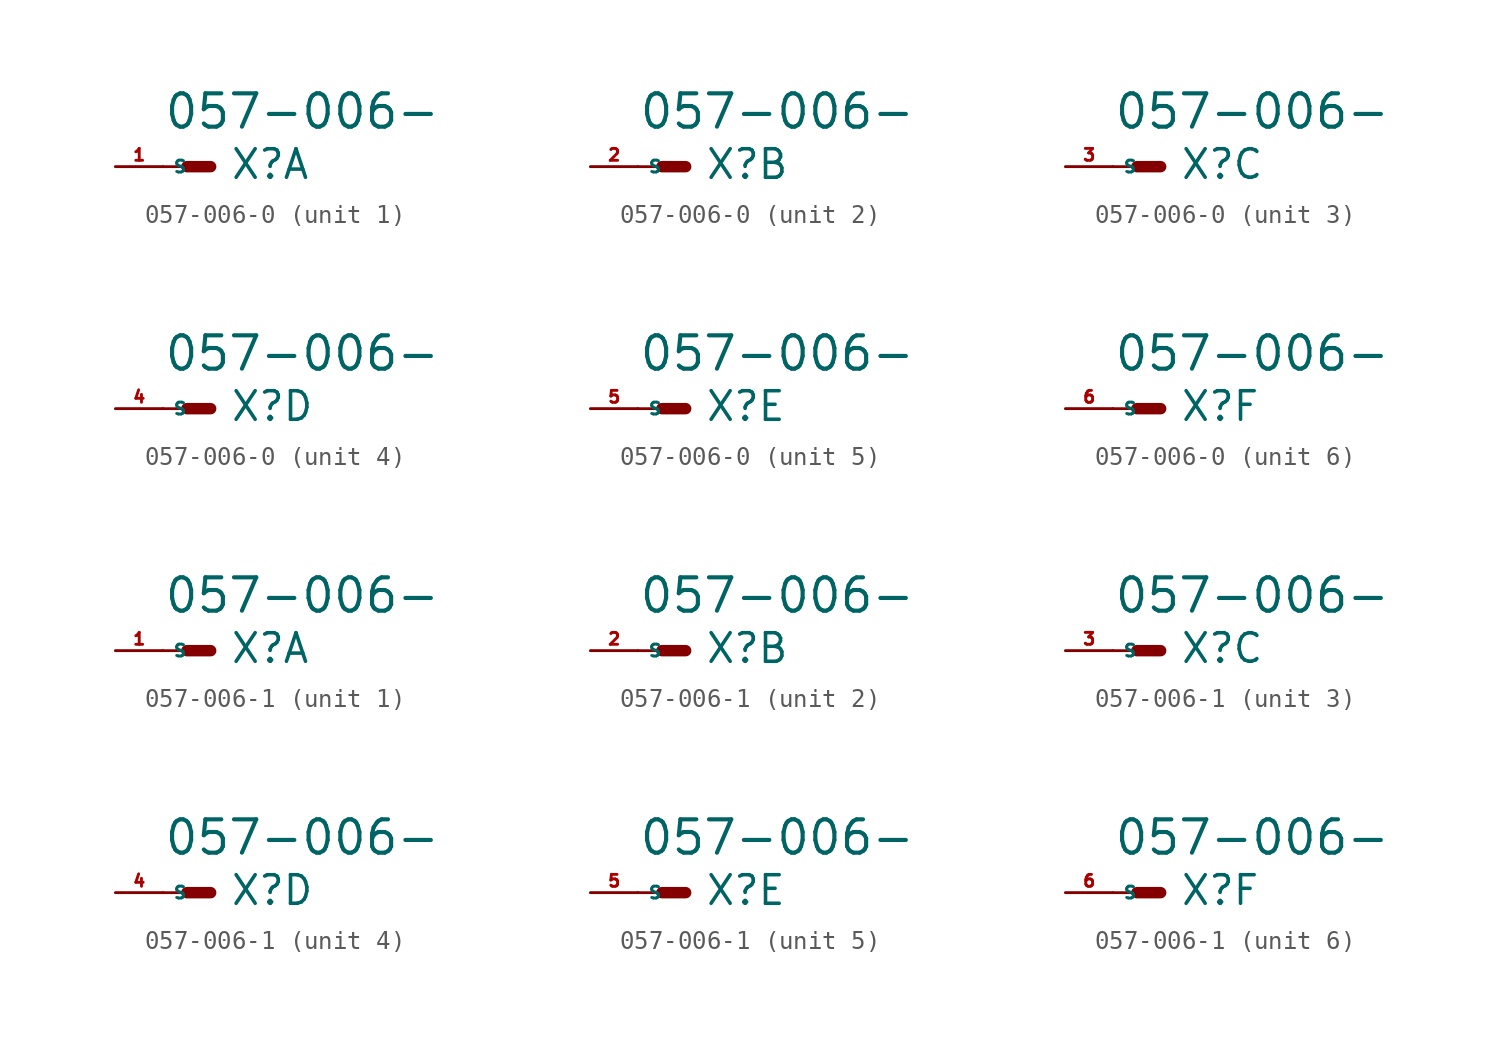
<source format=kicad_sym>
(kicad_symbol_lib
  (version 20220914)
  (generator Eagle2Kicad)
  (symbol "057-006-0"
    (property "Reference" "X"
      (at 1.016 -0.762 0)
      (effects (font (size 1.524 1.524) (thickness 0.19)) (justify left bottom)))
    (property "Value" "057-006-"
      (at -2.54 1.905 0)
      (effects (font (size 1.778 1.778) (thickness 0.22)) (justify left bottom)))
    (symbol "057-006-0_1_0"
      (polyline (pts (xy 0 0) (xy -1.27 0)) (stroke (width 0.61) (type default)) (fill (type none)))
      (polyline (pts (xy -2.54 0) (xy -1.27 0)) (stroke (width 0.152) (type default)) (fill (type none)))
      (pin passive line (at -5.08 0 0) (length 2.54) (name "S" (effects (font (size 0.635 0.635) (thickness 0.08)) (justify left bottom))) (number "1" (effects (font (size 0.635 0.635) (thickness 0.08)) (justify left bottom)))))
    (symbol "057-006-0_2_0"
      (polyline (pts (xy 0 0) (xy -1.27 0)) (stroke (width 0.61) (type default)) (fill (type none)))
      (polyline (pts (xy -2.54 0) (xy -1.27 0)) (stroke (width 0.152) (type default)) (fill (type none)))
      (pin passive line (at -5.08 0 0) (length 2.54) (name "S" (effects (font (size 0.635 0.635) (thickness 0.08)) (justify left bottom))) (number "2" (effects (font (size 0.635 0.635) (thickness 0.08)) (justify left bottom)))))
    (symbol "057-006-0_3_0"
      (polyline (pts (xy 0 0) (xy -1.27 0)) (stroke (width 0.61) (type default)) (fill (type none)))
      (polyline (pts (xy -2.54 0) (xy -1.27 0)) (stroke (width 0.152) (type default)) (fill (type none)))
      (pin passive line (at -5.08 0 0) (length 2.54) (name "S" (effects (font (size 0.635 0.635) (thickness 0.08)) (justify left bottom))) (number "3" (effects (font (size 0.635 0.635) (thickness 0.08)) (justify left bottom)))))
    (symbol "057-006-0_4_0"
      (polyline (pts (xy 0 0) (xy -1.27 0)) (stroke (width 0.61) (type default)) (fill (type none)))
      (polyline (pts (xy -2.54 0) (xy -1.27 0)) (stroke (width 0.152) (type default)) (fill (type none)))
      (pin passive line (at -5.08 0 0) (length 2.54) (name "S" (effects (font (size 0.635 0.635) (thickness 0.08)) (justify left bottom))) (number "4" (effects (font (size 0.635 0.635) (thickness 0.08)) (justify left bottom)))))
    (symbol "057-006-0_5_0"
      (polyline (pts (xy 0 0) (xy -1.27 0)) (stroke (width 0.61) (type default)) (fill (type none)))
      (polyline (pts (xy -2.54 0) (xy -1.27 0)) (stroke (width 0.152) (type default)) (fill (type none)))
      (pin passive line (at -5.08 0 0) (length 2.54) (name "S" (effects (font (size 0.635 0.635) (thickness 0.08)) (justify left bottom))) (number "5" (effects (font (size 0.635 0.635) (thickness 0.08)) (justify left bottom)))))
    (symbol "057-006-0_6_0"
      (polyline (pts (xy 0 0) (xy -1.27 0)) (stroke (width 0.61) (type default)) (fill (type none)))
      (polyline (pts (xy -2.54 0) (xy -1.27 0)) (stroke (width 0.152) (type default)) (fill (type none)))
      (pin passive line (at -5.08 0 0) (length 2.54) (name "S" (effects (font (size 0.635 0.635) (thickness 0.08)) (justify left bottom))) (number "6" (effects (font (size 0.635 0.635) (thickness 0.08)) (justify left bottom))))))
  (symbol "057-006-1"
    (property "Reference" "X"
      (at 1.016 -0.762 0)
      (effects (font (size 1.524 1.524) (thickness 0.19)) (justify left bottom)))
    (property "Value" "057-006-"
      (at -2.54 1.905 0)
      (effects (font (size 1.778 1.778) (thickness 0.22)) (justify left bottom)))
    (symbol "057-006-1_1_0"
      (polyline (pts (xy 0 0) (xy -1.27 0)) (stroke (width 0.61) (type default)) (fill (type none)))
      (polyline (pts (xy -2.54 0) (xy -1.27 0)) (stroke (width 0.152) (type default)) (fill (type none)))
      (pin passive line (at -5.08 0 0) (length 2.54) (name "S" (effects (font (size 0.635 0.635) (thickness 0.08)) (justify left bottom))) (number "1" (effects (font (size 0.635 0.635) (thickness 0.08)) (justify left bottom)))))
    (symbol "057-006-1_2_0"
      (polyline (pts (xy 0 0) (xy -1.27 0)) (stroke (width 0.61) (type default)) (fill (type none)))
      (polyline (pts (xy -2.54 0) (xy -1.27 0)) (stroke (width 0.152) (type default)) (fill (type none)))
      (pin passive line (at -5.08 0 0) (length 2.54) (name "S" (effects (font (size 0.635 0.635) (thickness 0.08)) (justify left bottom))) (number "2" (effects (font (size 0.635 0.635) (thickness 0.08)) (justify left bottom)))))
    (symbol "057-006-1_3_0"
      (polyline (pts (xy 0 0) (xy -1.27 0)) (stroke (width 0.61) (type default)) (fill (type none)))
      (polyline (pts (xy -2.54 0) (xy -1.27 0)) (stroke (width 0.152) (type default)) (fill (type none)))
      (pin passive line (at -5.08 0 0) (length 2.54) (name "S" (effects (font (size 0.635 0.635) (thickness 0.08)) (justify left bottom))) (number "3" (effects (font (size 0.635 0.635) (thickness 0.08)) (justify left bottom)))))
    (symbol "057-006-1_4_0"
      (polyline (pts (xy 0 0) (xy -1.27 0)) (stroke (width 0.61) (type default)) (fill (type none)))
      (polyline (pts (xy -2.54 0) (xy -1.27 0)) (stroke (width 0.152) (type default)) (fill (type none)))
      (pin passive line (at -5.08 0 0) (length 2.54) (name "S" (effects (font (size 0.635 0.635) (thickness 0.08)) (justify left bottom))) (number "4" (effects (font (size 0.635 0.635) (thickness 0.08)) (justify left bottom)))))
    (symbol "057-006-1_5_0"
      (polyline (pts (xy 0 0) (xy -1.27 0)) (stroke (width 0.61) (type default)) (fill (type none)))
      (polyline (pts (xy -2.54 0) (xy -1.27 0)) (stroke (width 0.152) (type default)) (fill (type none)))
      (pin passive line (at -5.08 0 0) (length 2.54) (name "S" (effects (font (size 0.635 0.635) (thickness 0.08)) (justify left bottom))) (number "5" (effects (font (size 0.635 0.635) (thickness 0.08)) (justify left bottom)))))
    (symbol "057-006-1_6_0"
      (polyline (pts (xy 0 0) (xy -1.27 0)) (stroke (width 0.61) (type default)) (fill (type none)))
      (polyline (pts (xy -2.54 0) (xy -1.27 0)) (stroke (width 0.152) (type default)) (fill (type none)))
      (pin passive line (at -5.08 0 0) (length 2.54) (name "S" (effects (font (size 0.635 0.635) (thickness 0.08)) (justify left bottom))) (number "6" (effects (font (size 0.635 0.635) (thickness 0.08)) (justify left bottom)))))))
</source>
